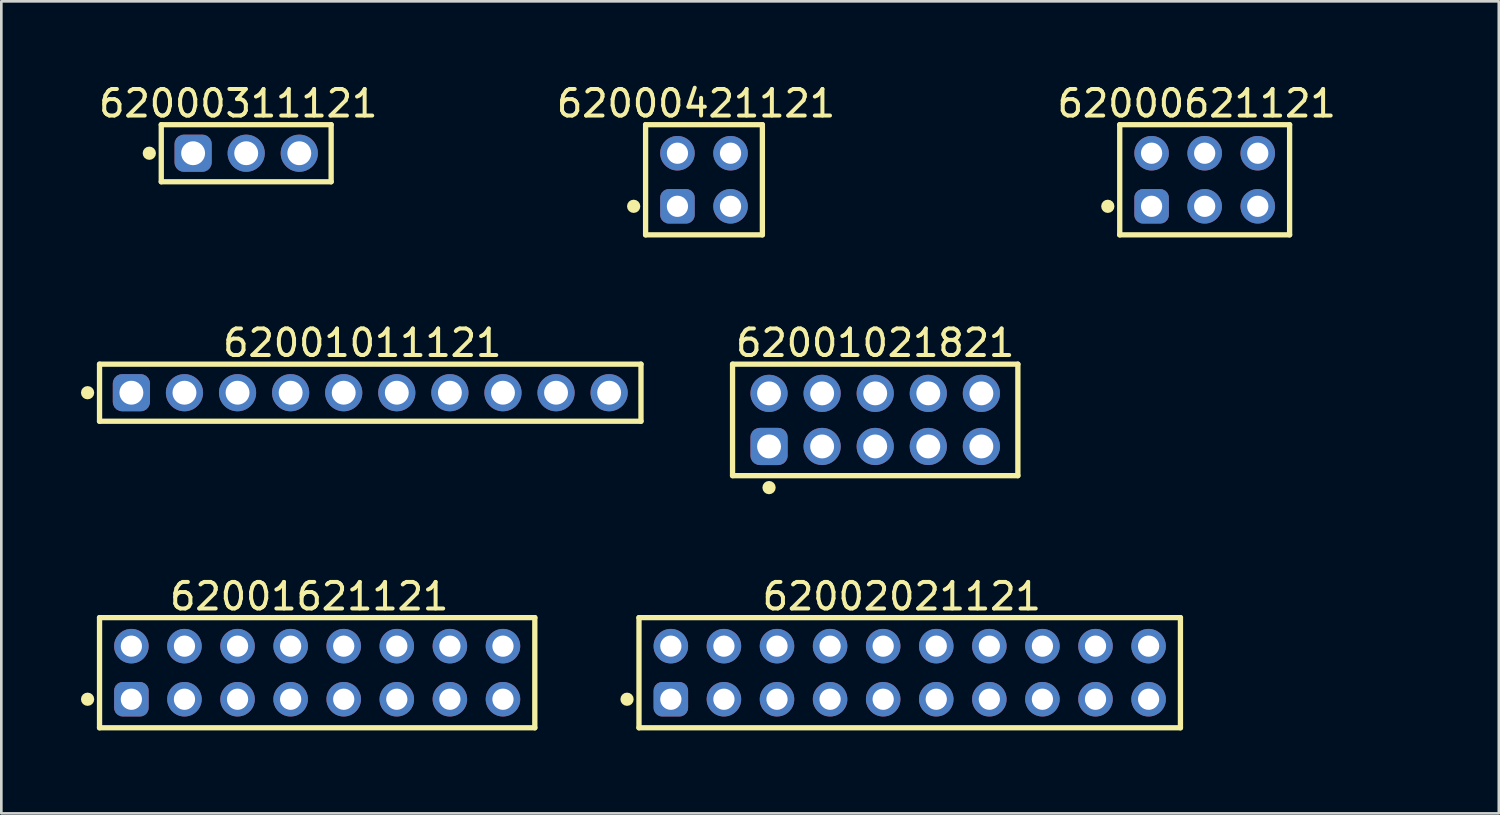
<source format=kicad_pcb>
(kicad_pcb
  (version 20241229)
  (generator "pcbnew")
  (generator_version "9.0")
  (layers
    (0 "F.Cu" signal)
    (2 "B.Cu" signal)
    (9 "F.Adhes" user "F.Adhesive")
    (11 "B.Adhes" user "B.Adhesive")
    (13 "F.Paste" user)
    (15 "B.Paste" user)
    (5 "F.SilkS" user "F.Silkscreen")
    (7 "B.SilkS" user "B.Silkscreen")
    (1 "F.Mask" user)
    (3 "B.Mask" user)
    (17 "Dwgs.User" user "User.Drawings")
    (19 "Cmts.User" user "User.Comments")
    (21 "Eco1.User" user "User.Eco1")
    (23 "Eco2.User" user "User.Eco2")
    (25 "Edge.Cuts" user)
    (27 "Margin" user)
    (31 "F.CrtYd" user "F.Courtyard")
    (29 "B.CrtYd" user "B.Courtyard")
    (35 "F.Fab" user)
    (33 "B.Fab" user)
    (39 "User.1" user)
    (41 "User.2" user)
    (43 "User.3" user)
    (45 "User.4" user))
  (footprint "62000421121"
    (layer "F.Cu")
    (at 23.474 3.723)
    (property "Reference" "62000421121" (at -0.3 -2.875 0) (layer "F.SilkS") (effects (font (size 1 1) (thickness 0.15))))
    (fp_line (start -2.2 -2.075) (end 2.2 -2.075) (stroke (width 0.2) (type solid)) (layer "F.SilkS"))
    (fp_line (start -2.2 2.075) (end -2.2 -2.075) (stroke (width 0.2) (type solid)) (layer "F.SilkS"))
    (fp_line (start -2.2 2.075) (end 2.2 2.075) (stroke (width 0.2) (type solid)) (layer "F.SilkS"))
    (fp_line (start 2.2 2.075) (end 2.2 -2.075) (stroke (width 0.2) (type solid)) (layer "F.SilkS"))
    (fp_circle (center -2.65 1) (end -2.65 0.875) (stroke (width 0.25) (type solid)) (fill no) (layer "F.SilkS"))
    (fp_line (start -2.4 -2.275) (end 2.4 -2.275) (stroke (width 0.05) (type solid)) (layer "Eco2.User"))
    (fp_line (start -2.4 2.275) (end -2.4 -2.275) (stroke (width 0.05) (type solid)) (layer "Eco2.User"))
    (fp_line (start -2.4 2.275) (end 2.4 2.275) (stroke (width 0.05) (type solid)) (layer "Eco2.User"))
    (fp_line (start -2 -2) (end 2 -2) (stroke (width 0.1) (type solid)) (layer "Eco2.User"))
    (fp_line (start -2 2) (end -2 -2) (stroke (width 0.1) (type solid)) (layer "Eco2.User"))
    (fp_line (start -2 2) (end 2 2) (stroke (width 0.1) (type solid)) (layer "Eco2.User"))
    (fp_line (start -0.5 0) (end 0.5 0) (stroke (width 0.05) (type solid)) (layer "Eco2.User"))
    (fp_line (start 0 0.5) (end 0 -0.5) (stroke (width 0.05) (type solid)) (layer "Eco2.User"))
    (fp_line (start 2 2) (end 2 -2) (stroke (width 0.1) (type solid)) (layer "Eco2.User"))
    (fp_line (start 2.4 2.275) (end 2.4 -2.275) (stroke (width 0.05) (type solid)) (layer "Eco2.User"))
    (fp_text user "${REFERENCE}" (at 0.15 -0.197 0) (unlocked yes) (layer "User.3") (effects (font (size 1.5 1.5) (thickness 0.15))))
    (pad "1" thru_hole roundrect (at -1 1) (size 1.3 1.3) (drill 0.8) (layers "*.Cu" "*.Mask") (roundrect_rratio 0.25))
    (pad "2" thru_hole circle (at -1 -1) (size 1.3 1.3) (drill 0.8) (layers "*.Cu" "*.Mask"))
    (pad "3" thru_hole circle (at 1 1) (size 1.3 1.3) (drill 0.8) (layers "*.Cu" "*.Mask"))
    (pad "4" thru_hole circle (at 1 -1) (size 1.3 1.3) (drill 0.8) (layers "*.Cu" "*.Mask")))
  (footprint "62001011121"
    (layer "F.Cu")
    (at 10.9 11.746)
    (property "Reference" "62001011121" (at -0.3 -1.875 0) (layer "F.SilkS") (effects (font (size 1 1) (thickness 0.15))))
    (fp_line (start -10.2 -1.075) (end 10.2 -1.075) (stroke (width 0.2) (type solid)) (layer "F.SilkS"))
    (fp_line (start -10.2 1.075) (end -10.2 -1.075) (stroke (width 0.2) (type solid)) (layer "F.SilkS"))
    (fp_line (start -10.2 1.075) (end 10.2 1.075) (stroke (width 0.2) (type solid)) (layer "F.SilkS"))
    (fp_line (start 10.2 1.075) (end 10.2 -1.075) (stroke (width 0.2) (type solid)) (layer "F.SilkS"))
    (fp_circle (center -10.65 0) (end -10.65 -0.125) (stroke (width 0.25) (type solid)) (fill no) (layer "F.SilkS"))
    (fp_line (start -10.4 -1.275) (end 10.4 -1.275) (stroke (width 0.05) (type solid)) (layer "Eco2.User"))
    (fp_line (start -10.4 1.275) (end -10.4 -1.275) (stroke (width 0.05) (type solid)) (layer "Eco2.User"))
    (fp_line (start -10.4 1.275) (end 10.4 1.275) (stroke (width 0.05) (type solid)) (layer "Eco2.User"))
    (fp_line (start -10 -1) (end 10 -1) (stroke (width 0.1) (type solid)) (layer "Eco2.User"))
    (fp_line (start -10 1) (end -10 -1) (stroke (width 0.1) (type solid)) (layer "Eco2.User"))
    (fp_line (start -10 1) (end 10 1) (stroke (width 0.1) (type solid)) (layer "Eco2.User"))
    (fp_line (start -0.5 0) (end 0.5 0) (stroke (width 0.05) (type solid)) (layer "Eco2.User"))
    (fp_line (start 0 0.5) (end 0 -0.5) (stroke (width 0.05) (type solid)) (layer "Eco2.User"))
    (fp_line (start 10 1) (end 10 -1) (stroke (width 0.1) (type solid)) (layer "Eco2.User"))
    (fp_line (start 10.4 1.275) (end 10.4 -1.275) (stroke (width 0.05) (type solid)) (layer "Eco2.User"))
    (fp_text user "${REFERENCE}" (at 0.12 -0.158 0) (unlocked yes) (layer "User.3") (effects (font (size 1.2 1.2) (thickness 0.12))))
    (pad "1" thru_hole roundrect (at -9 0) (size 1.4 1.4) (drill 0.9) (layers "*.Cu" "*.Mask") (roundrect_rratio 0.25))
    (pad "2" thru_hole circle (at -7 0) (size 1.4 1.4) (drill 0.9) (layers "*.Cu" "*.Mask"))
    (pad "3" thru_hole circle (at -5 0) (size 1.4 1.4) (drill 0.9) (layers "*.Cu" "*.Mask"))
    (pad "4" thru_hole circle (at -3 0) (size 1.4 1.4) (drill 0.9) (layers "*.Cu" "*.Mask"))
    (pad "5" thru_hole circle (at -1 0) (size 1.4 1.4) (drill 0.9) (layers "*.Cu" "*.Mask"))
    (pad "6" thru_hole circle (at 1 0) (size 1.4 1.4) (drill 0.9) (layers "*.Cu" "*.Mask"))
    (pad "7" thru_hole circle (at 3 0) (size 1.4 1.4) (drill 0.9) (layers "*.Cu" "*.Mask"))
    (pad "8" thru_hole circle (at 5 0) (size 1.4 1.4) (drill 0.9) (layers "*.Cu" "*.Mask"))
    (pad "9" thru_hole circle (at 7 0) (size 1.4 1.4) (drill 0.9) (layers "*.Cu" "*.Mask"))
    (pad "10" thru_hole circle (at 9 0) (size 1.4 1.4) (drill 0.9) (layers "*.Cu" "*.Mask")))
  (footprint "62000621121"
    (layer "F.Cu")
    (at 42.338 3.723)
    (property "Reference" "62000621121" (at -0.3 -2.875 0) (layer "F.SilkS") (effects (font (size 1 1) (thickness 0.15))))
    (fp_line (start -3.2 -2.075) (end 3.2 -2.075) (stroke (width 0.2) (type solid)) (layer "F.SilkS"))
    (fp_line (start -3.2 2.075) (end -3.2 -2.075) (stroke (width 0.2) (type solid)) (layer "F.SilkS"))
    (fp_line (start -3.2 2.075) (end 3.2 2.075) (stroke (width 0.2) (type solid)) (layer "F.SilkS"))
    (fp_line (start 3.2 2.075) (end 3.2 -2.075) (stroke (width 0.2) (type solid)) (layer "F.SilkS"))
    (fp_circle (center -3.65 1) (end -3.65 0.875) (stroke (width 0.25) (type solid)) (fill no) (layer "F.SilkS"))
    (fp_line (start -3.4 -2.275) (end 3.4 -2.275) (stroke (width 0.05) (type solid)) (layer "Eco2.User"))
    (fp_line (start -3.4 2.275) (end -3.4 -2.275) (stroke (width 0.05) (type solid)) (layer "Eco2.User"))
    (fp_line (start -3.4 2.275) (end 3.4 2.275) (stroke (width 0.05) (type solid)) (layer "Eco2.User"))
    (fp_line (start -3 -2) (end 3 -2) (stroke (width 0.1) (type solid)) (layer "Eco2.User"))
    (fp_line (start -3 2) (end -3 -2) (stroke (width 0.1) (type solid)) (layer "Eco2.User"))
    (fp_line (start -3 2) (end 3 2) (stroke (width 0.1) (type solid)) (layer "Eco2.User"))
    (fp_line (start -0.5 0) (end 0.5 0) (stroke (width 0.05) (type solid)) (layer "Eco2.User"))
    (fp_line (start 0 0.5) (end 0 -0.5) (stroke (width 0.05) (type solid)) (layer "Eco2.User"))
    (fp_line (start 3 2) (end 3 -2) (stroke (width 0.1) (type solid)) (layer "Eco2.User"))
    (fp_line (start 3.4 2.275) (end 3.4 -2.275) (stroke (width 0.05) (type solid)) (layer "Eco2.User"))
    (fp_text user "${REFERENCE}" (at 0.15 -0.197 0) (unlocked yes) (layer "User.3") (effects (font (size 1.5 1.5) (thickness 0.15))))
    (pad "1" thru_hole roundrect (at -2 1) (size 1.3 1.3) (drill 0.8) (layers "*.Cu" "*.Mask") (roundrect_rratio 0.25))
    (pad "2" thru_hole circle (at -2 -1) (size 1.3 1.3) (drill 0.8) (layers "*.Cu" "*.Mask"))
    (pad "3" thru_hole circle (at 0 1) (size 1.3 1.3) (drill 0.8) (layers "*.Cu" "*.Mask"))
    (pad "4" thru_hole circle (at 0 -1) (size 1.3 1.3) (drill 0.8) (layers "*.Cu" "*.Mask"))
    (pad "5" thru_hole circle (at 2 1) (size 1.3 1.3) (drill 0.8) (layers "*.Cu" "*.Mask"))
    (pad "6" thru_hole circle (at 2 -1) (size 1.3 1.3) (drill 0.8) (layers "*.Cu" "*.Mask")))
  (footprint "62002021121"
    (layer "F.Cu")
    (at 31.225 22.295)
    (property "Reference" "62002021121" (at -0.3 -2.875 0) (layer "F.SilkS") (effects (font (size 1 1) (thickness 0.15))))
    (fp_line (start -10.2 -2.075) (end 10.2 -2.075) (stroke (width 0.2) (type solid)) (layer "F.SilkS"))
    (fp_line (start -10.2 2.075) (end -10.2 -2.075) (stroke (width 0.2) (type solid)) (layer "F.SilkS"))
    (fp_line (start -10.2 2.075) (end 10.2 2.075) (stroke (width 0.2) (type solid)) (layer "F.SilkS"))
    (fp_line (start 10.2 2.075) (end 10.2 -2.075) (stroke (width 0.2) (type solid)) (layer "F.SilkS"))
    (fp_circle (center -10.65 1) (end -10.65 0.875) (stroke (width 0.25) (type solid)) (fill no) (layer "F.SilkS"))
    (fp_line (start -10.4 -2.275) (end 10.4 -2.275) (stroke (width 0.05) (type solid)) (layer "Eco2.User"))
    (fp_line (start -10.4 2.275) (end -10.4 -2.275) (stroke (width 0.05) (type solid)) (layer "Eco2.User"))
    (fp_line (start -10.4 2.275) (end 10.4 2.275) (stroke (width 0.05) (type solid)) (layer "Eco2.User"))
    (fp_line (start -10 -2) (end 10 -2) (stroke (width 0.1) (type solid)) (layer "Eco2.User"))
    (fp_line (start -10 2) (end -10 -2) (stroke (width 0.1) (type solid)) (layer "Eco2.User"))
    (fp_line (start -10 2) (end 10 2) (stroke (width 0.1) (type solid)) (layer "Eco2.User"))
    (fp_line (start -0.5 0) (end 0.5 0) (stroke (width 0.05) (type solid)) (layer "Eco2.User"))
    (fp_line (start 0 0.5) (end 0 -0.5) (stroke (width 0.05) (type solid)) (layer "Eco2.User"))
    (fp_line (start 10 2) (end 10 -2) (stroke (width 0.1) (type solid)) (layer "Eco2.User"))
    (fp_line (start 10.4 2.275) (end 10.4 -2.275) (stroke (width 0.05) (type solid)) (layer "Eco2.User"))
    (fp_text user "${REFERENCE}" (at 0.15 -0.197 0) (unlocked yes) (layer "User.3") (effects (font (size 1.5 1.5) (thickness 0.15))))
    (pad "1" thru_hole roundrect (at -9 1) (size 1.3 1.3) (drill 0.8) (layers "*.Cu" "*.Mask") (roundrect_rratio 0.25))
    (pad "2" thru_hole circle (at -9 -1) (size 1.3 1.3) (drill 0.8) (layers "*.Cu" "*.Mask"))
    (pad "3" thru_hole circle (at -7 1) (size 1.3 1.3) (drill 0.8) (layers "*.Cu" "*.Mask"))
    (pad "4" thru_hole circle (at -7 -1) (size 1.3 1.3) (drill 0.8) (layers "*.Cu" "*.Mask"))
    (pad "5" thru_hole circle (at -5 1) (size 1.3 1.3) (drill 0.8) (layers "*.Cu" "*.Mask"))
    (pad "6" thru_hole circle (at -5 -1) (size 1.3 1.3) (drill 0.8) (layers "*.Cu" "*.Mask"))
    (pad "7" thru_hole circle (at -3 1) (size 1.3 1.3) (drill 0.8) (layers "*.Cu" "*.Mask"))
    (pad "8" thru_hole circle (at -3 -1) (size 1.3 1.3) (drill 0.8) (layers "*.Cu" "*.Mask"))
    (pad "9" thru_hole circle (at -1 1) (size 1.3 1.3) (drill 0.8) (layers "*.Cu" "*.Mask"))
    (pad "10" thru_hole circle (at -1 -1) (size 1.3 1.3) (drill 0.8) (layers "*.Cu" "*.Mask"))
    (pad "11" thru_hole circle (at 1 1) (size 1.3 1.3) (drill 0.8) (layers "*.Cu" "*.Mask"))
    (pad "12" thru_hole circle (at 1 -1) (size 1.3 1.3) (drill 0.8) (layers "*.Cu" "*.Mask"))
    (pad "13" thru_hole circle (at 3 1) (size 1.3 1.3) (drill 0.8) (layers "*.Cu" "*.Mask"))
    (pad "14" thru_hole circle (at 3 -1) (size 1.3 1.3) (drill 0.8) (layers "*.Cu" "*.Mask"))
    (pad "15" thru_hole circle (at 5 1) (size 1.3 1.3) (drill 0.8) (layers "*.Cu" "*.Mask"))
    (pad "16" thru_hole circle (at 5 -1) (size 1.3 1.3) (drill 0.8) (layers "*.Cu" "*.Mask"))
    (pad "17" thru_hole circle (at 7 1) (size 1.3 1.3) (drill 0.8) (layers "*.Cu" "*.Mask"))
    (pad "18" thru_hole circle (at 7 -1) (size 1.3 1.3) (drill 0.8) (layers "*.Cu" "*.Mask"))
    (pad "19" thru_hole circle (at 9 1) (size 1.3 1.3) (drill 0.8) (layers "*.Cu" "*.Mask"))
    (pad "20" thru_hole circle (at 9 -1) (size 1.3 1.3) (drill 0.8) (layers "*.Cu" "*.Mask")))
  (footprint "62001021821"
    (layer "F.Cu")
    (at 29.925 12.771)
    (property "Reference" "62001021821" (at 0 -2.9 0) (layer "F.SilkS") (effects (font (size 1 1) (thickness 0.15))))
    (fp_line (start -5.375 -2.1) (end 5.375 -2.1) (stroke (width 0.2) (type solid)) (layer "F.SilkS"))
    (fp_line (start -5.375 2.1) (end -5.375 -2.1) (stroke (width 0.2) (type solid)) (layer "F.SilkS"))
    (fp_line (start -5.375 2.1) (end 5.375 2.1) (stroke (width 0.2) (type solid)) (layer "F.SilkS"))
    (fp_line (start 5.375 2.1) (end 5.375 -2.1) (stroke (width 0.2) (type solid)) (layer "F.SilkS"))
    (fp_circle (center -4 2.55) (end -4 2.425) (stroke (width 0.25) (type solid)) (fill no) (layer "F.SilkS"))
    (fp_line (start -5.575 -2.3) (end 5.575 -2.3) (stroke (width 0.05) (type solid)) (layer "Eco2.User"))
    (fp_line (start -5.575 2.3) (end -5.575 -2.3) (stroke (width 0.05) (type solid)) (layer "Eco2.User"))
    (fp_line (start -5.575 2.3) (end 5.575 2.3) (stroke (width 0.05) (type solid)) (layer "Eco2.User"))
    (fp_line (start -5.2 -2) (end 5.2 -2) (stroke (width 0.1) (type solid)) (layer "Eco2.User"))
    (fp_line (start -5.2 2) (end -5.2 -2) (stroke (width 0.1) (type solid)) (layer "Eco2.User"))
    (fp_line (start -5.2 2) (end 5.2 2) (stroke (width 0.1) (type solid)) (layer "Eco2.User"))
    (fp_line (start -0.5 0) (end 0.5 0) (stroke (width 0.05) (type solid)) (layer "Eco2.User"))
    (fp_line (start 0 0.5) (end 0 -0.5) (stroke (width 0.05) (type solid)) (layer "Eco2.User"))
    (fp_line (start 5.2 2) (end 5.2 -2) (stroke (width 0.1) (type solid)) (layer "Eco2.User"))
    (fp_line (start 5.575 2.3) (end 5.575 -2.3) (stroke (width 0.05) (type solid)) (layer "Eco2.User"))
    (fp_text user "${REFERENCE}" (at 0.1 -0.131 0) (unlocked yes) (layer "User.3") (effects (font (size 1 1) (thickness 0.1))))
    (pad "1" thru_hole roundrect (at -4 1) (size 1.4 1.4) (drill 0.9) (layers "*.Cu" "*.Mask") (roundrect_rratio 0.25))
    (pad "2" thru_hole circle (at -4 -1) (size 1.4 1.4) (drill 0.9) (layers "*.Cu" "*.Mask"))
    (pad "3" thru_hole circle (at -2 1) (size 1.4 1.4) (drill 0.9) (layers "*.Cu" "*.Mask"))
    (pad "4" thru_hole circle (at -2 -1) (size 1.4 1.4) (drill 0.9) (layers "*.Cu" "*.Mask"))
    (pad "5" thru_hole circle (at 0 1) (size 1.4 1.4) (drill 0.9) (layers "*.Cu" "*.Mask"))
    (pad "6" thru_hole circle (at 0 -1) (size 1.4 1.4) (drill 0.9) (layers "*.Cu" "*.Mask"))
    (pad "7" thru_hole circle (at 2 1) (size 1.4 1.4) (drill 0.9) (layers "*.Cu" "*.Mask"))
    (pad "8" thru_hole circle (at 2 -1) (size 1.4 1.4) (drill 0.9) (layers "*.Cu" "*.Mask"))
    (pad "9" thru_hole circle (at 4 1) (size 1.4 1.4) (drill 0.9) (layers "*.Cu" "*.Mask"))
    (pad "10" thru_hole circle (at 4 -1) (size 1.4 1.4) (drill 0.9) (layers "*.Cu" "*.Mask")))
  (footprint "62000311121"
    (layer "F.Cu")
    (at 6.226 2.723)
    (property "Reference" "62000311121" (at -0.3 -1.875 0) (layer "F.SilkS") (effects (font (size 1 1) (thickness 0.15))))
    (fp_line (start -3.2 -1.075) (end 3.2 -1.075) (stroke (width 0.2) (type solid)) (layer "F.SilkS"))
    (fp_line (start -3.2 1.075) (end -3.2 -1.075) (stroke (width 0.2) (type solid)) (layer "F.SilkS"))
    (fp_line (start -3.2 1.075) (end 3.2 1.075) (stroke (width 0.2) (type solid)) (layer "F.SilkS"))
    (fp_line (start 3.2 1.075) (end 3.2 -1.075) (stroke (width 0.2) (type solid)) (layer "F.SilkS"))
    (fp_circle (center -3.65 0) (end -3.65 -0.125) (stroke (width 0.25) (type solid)) (fill no) (layer "F.SilkS"))
    (fp_line (start -3.4 -1.275) (end 3.4 -1.275) (stroke (width 0.05) (type solid)) (layer "Eco2.User"))
    (fp_line (start -3.4 1.275) (end -3.4 -1.275) (stroke (width 0.05) (type solid)) (layer "Eco2.User"))
    (fp_line (start -3.4 1.275) (end 3.4 1.275) (stroke (width 0.05) (type solid)) (layer "Eco2.User"))
    (fp_line (start -3 -1) (end 3 -1) (stroke (width 0.1) (type solid)) (layer "Eco2.User"))
    (fp_line (start -3 1) (end -3 -1) (stroke (width 0.1) (type solid)) (layer "Eco2.User"))
    (fp_line (start -3 1) (end 3 1) (stroke (width 0.1) (type solid)) (layer "Eco2.User"))
    (fp_line (start -0.5 0) (end 0.5 0) (stroke (width 0.05) (type solid)) (layer "Eco2.User"))
    (fp_line (start 0 0.5) (end 0 -0.5) (stroke (width 0.05) (type solid)) (layer "Eco2.User"))
    (fp_line (start 3 1) (end 3 -1) (stroke (width 0.1) (type solid)) (layer "Eco2.User"))
    (fp_line (start 3.4 1.275) (end 3.4 -1.275) (stroke (width 0.05) (type solid)) (layer "Eco2.User"))
    (fp_text user "${REFERENCE}" (at 0.12 -0.158 0) (unlocked yes) (layer "User.3") (effects (font (size 1.2 1.2) (thickness 0.12))))
    (pad "1" thru_hole roundrect (at -2 0) (size 1.4 1.4) (drill 0.9) (layers "*.Cu" "*.Mask") (roundrect_rratio 0.25))
    (pad "2" thru_hole circle (at 0 0) (size 1.4 1.4) (drill 0.9) (layers "*.Cu" "*.Mask"))
    (pad "3" thru_hole circle (at 2 0) (size 1.4 1.4) (drill 0.9) (layers "*.Cu" "*.Mask")))
  (footprint "62001621121"
    (layer "F.Cu")
    (at 8.9 22.295)
    (property "Reference" "62001621121" (at -0.3 -2.875 0) (layer "F.SilkS") (effects (font (size 1 1) (thickness 0.15))))
    (fp_line (start -8.2 -2.075) (end 8.2 -2.075) (stroke (width 0.2) (type solid)) (layer "F.SilkS"))
    (fp_line (start -8.2 2.075) (end -8.2 -2.075) (stroke (width 0.2) (type solid)) (layer "F.SilkS"))
    (fp_line (start -8.2 2.075) (end 8.2 2.075) (stroke (width 0.2) (type solid)) (layer "F.SilkS"))
    (fp_line (start 8.2 2.075) (end 8.2 -2.075) (stroke (width 0.2) (type solid)) (layer "F.SilkS"))
    (fp_circle (center -8.65 1) (end -8.65 0.875) (stroke (width 0.25) (type solid)) (fill no) (layer "F.SilkS"))
    (fp_line (start -8.4 -2.275) (end 8.4 -2.275) (stroke (width 0.05) (type solid)) (layer "Eco2.User"))
    (fp_line (start -8.4 2.275) (end -8.4 -2.275) (stroke (width 0.05) (type solid)) (layer "Eco2.User"))
    (fp_line (start -8.4 2.275) (end 8.4 2.275) (stroke (width 0.05) (type solid)) (layer "Eco2.User"))
    (fp_line (start -8 -2) (end 8 -2) (stroke (width 0.1) (type solid)) (layer "Eco2.User"))
    (fp_line (start -8 2) (end -8 -2) (stroke (width 0.1) (type solid)) (layer "Eco2.User"))
    (fp_line (start -8 2) (end 8 2) (stroke (width 0.1) (type solid)) (layer "Eco2.User"))
    (fp_line (start -0.5 0) (end 0.5 0) (stroke (width 0.05) (type solid)) (layer "Eco2.User"))
    (fp_line (start 0 0.5) (end 0 -0.5) (stroke (width 0.05) (type solid)) (layer "Eco2.User"))
    (fp_line (start 8 2) (end 8 -2) (stroke (width 0.1) (type solid)) (layer "Eco2.User"))
    (fp_line (start 8.4 2.275) (end 8.4 -2.275) (stroke (width 0.05) (type solid)) (layer "Eco2.User"))
    (fp_text user "${REFERENCE}" (at 0.15 -0.197 0) (unlocked yes) (layer "User.3") (effects (font (size 1.5 1.5) (thickness 0.15))))
    (pad "1" thru_hole roundrect (at -7 1) (size 1.3 1.3) (drill 0.8) (layers "*.Cu" "*.Mask") (roundrect_rratio 0.25))
    (pad "2" thru_hole circle (at -7 -1) (size 1.3 1.3) (drill 0.8) (layers "*.Cu" "*.Mask"))
    (pad "3" thru_hole circle (at -5 1) (size 1.3 1.3) (drill 0.8) (layers "*.Cu" "*.Mask"))
    (pad "4" thru_hole circle (at -5 -1) (size 1.3 1.3) (drill 0.8) (layers "*.Cu" "*.Mask"))
    (pad "5" thru_hole circle (at -3 1) (size 1.3 1.3) (drill 0.8) (layers "*.Cu" "*.Mask"))
    (pad "6" thru_hole circle (at -3 -1) (size 1.3 1.3) (drill 0.8) (layers "*.Cu" "*.Mask"))
    (pad "7" thru_hole circle (at -1 1) (size 1.3 1.3) (drill 0.8) (layers "*.Cu" "*.Mask"))
    (pad "8" thru_hole circle (at -1 -1) (size 1.3 1.3) (drill 0.8) (layers "*.Cu" "*.Mask"))
    (pad "9" thru_hole circle (at 1 1) (size 1.3 1.3) (drill 0.8) (layers "*.Cu" "*.Mask"))
    (pad "10" thru_hole circle (at 1 -1) (size 1.3 1.3) (drill 0.8) (layers "*.Cu" "*.Mask"))
    (pad "11" thru_hole circle (at 3 1) (size 1.3 1.3) (drill 0.8) (layers "*.Cu" "*.Mask"))
    (pad "12" thru_hole circle (at 3 -1) (size 1.3 1.3) (drill 0.8) (layers "*.Cu" "*.Mask"))
    (pad "13" thru_hole circle (at 5 1) (size 1.3 1.3) (drill 0.8) (layers "*.Cu" "*.Mask"))
    (pad "14" thru_hole circle (at 5 -1) (size 1.3 1.3) (drill 0.8) (layers "*.Cu" "*.Mask"))
    (pad "15" thru_hole circle (at 7 1) (size 1.3 1.3) (drill 0.8) (layers "*.Cu" "*.Mask"))
    (pad "16" thru_hole circle (at 7 -1) (size 1.3 1.3) (drill 0.8) (layers "*.Cu" "*.Mask")))
  (gr_rect
    (start -3 -3)
    (end 53.42 27.595)
    (stroke (width 0.1) (type default))
    (fill no)
    (layer "Edge.Cuts")))
</source>
